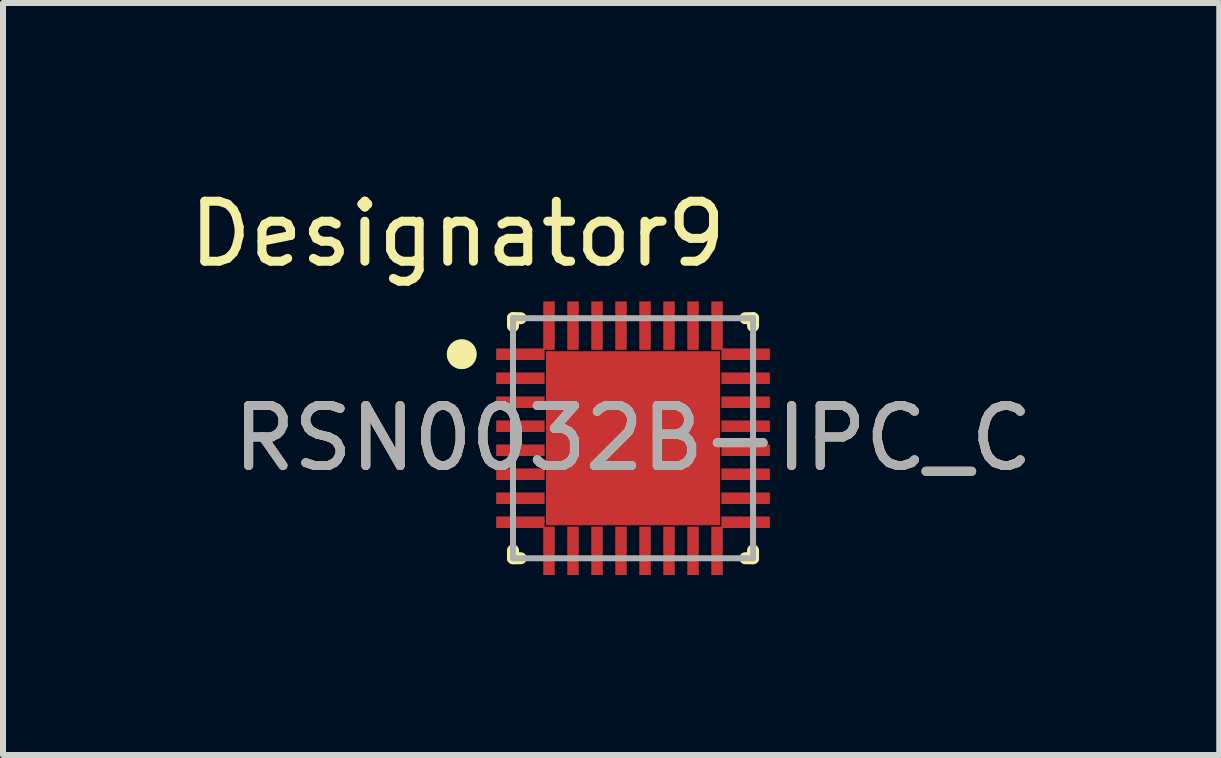
<source format=kicad_pcb>
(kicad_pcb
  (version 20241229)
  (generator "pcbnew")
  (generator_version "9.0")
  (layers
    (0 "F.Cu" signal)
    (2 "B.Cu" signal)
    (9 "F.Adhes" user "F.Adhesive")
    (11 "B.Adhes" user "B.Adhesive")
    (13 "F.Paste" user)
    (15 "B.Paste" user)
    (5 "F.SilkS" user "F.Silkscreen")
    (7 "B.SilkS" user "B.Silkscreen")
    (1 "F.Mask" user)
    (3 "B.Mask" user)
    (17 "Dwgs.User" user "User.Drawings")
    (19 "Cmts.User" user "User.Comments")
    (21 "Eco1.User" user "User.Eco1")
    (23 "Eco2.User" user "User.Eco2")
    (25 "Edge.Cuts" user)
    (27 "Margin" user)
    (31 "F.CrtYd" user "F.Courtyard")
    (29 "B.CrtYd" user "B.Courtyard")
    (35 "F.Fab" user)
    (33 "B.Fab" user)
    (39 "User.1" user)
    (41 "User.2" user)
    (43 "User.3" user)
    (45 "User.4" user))
  (footprint "RSN0032B-IPC_C"
    (layer "F.Cu")
    (at 7.498 4.252)
    (property "Reference" "RSN0032B-IPC_C" (at 0 0 0) (unlocked yes) (layer "F.SilkS") (effects (font (size 1 1) (thickness 0.15))))
    (attr smd)
    (fp_line (start -2 -2) (end -1.871 -2) (stroke (width 0.2) (type solid)) (layer "F.SilkS"))
    (fp_line (start -2 -1.871) (end -2 -2) (stroke (width 0.2) (type solid)) (layer "F.SilkS"))
    (fp_line (start -2 2) (end -2 1.871) (stroke (width 0.2) (type solid)) (layer "F.SilkS"))
    (fp_line (start -2 2) (end -1.871 2) (stroke (width 0.2) (type solid)) (layer "F.SilkS"))
    (fp_line (start 1.871 -2) (end 2 -2) (stroke (width 0.2) (type solid)) (layer "F.SilkS"))
    (fp_line (start 1.871 2) (end 2 2) (stroke (width 0.2) (type solid)) (layer "F.SilkS"))
    (fp_line (start 2 -1.871) (end 2 -2) (stroke (width 0.2) (type solid)) (layer "F.SilkS"))
    (fp_line (start 2 2) (end 2 1.871) (stroke (width 0.2) (type solid)) (layer "F.SilkS"))
    (fp_circle (center -2.854 -1.4) (end -2.729 -1.4) (stroke (width 0.25) (type solid)) (fill no) (layer "F.SilkS"))
    (fp_poly (pts (xy -0.917 0.917) (xy 0.917 0.917) (xy 0.917 -0.917) (xy -0.917 -0.917)) (stroke (width 0) (type solid)) (fill yes) (layer "F.Paste"))
    (fp_line (start -2 -2) (end 2 -2) (stroke (width 0.1) (type solid)) (layer "F.Fab"))
    (fp_line (start -2 2) (end -2 -2) (stroke (width 0.1) (type solid)) (layer "F.Fab"))
    (fp_line (start -2 2) (end 2 2) (stroke (width 0.1) (type solid)) (layer "F.Fab"))
    (fp_line (start 2 2) (end 2 -2) (stroke (width 0.1) (type solid)) (layer "F.Fab"))
    (fp_text user "Designator9" (at -2.921 -3.404 0) (unlocked yes) (layer "F.SilkS") (effects (font (size 1 1) (thickness 0.15))))
    (fp_text user "${REFERENCE}" (at 0 0 0) (unlocked yes) (layer "F.Fab") (effects (font (size 1 1) (thickness 0.15))))
    (pad "1" smd rect (at -1.876 -1.4 90) (size 0.192 0.807) (layers "F.Cu" "F.Mask" "F.Paste"))
    (pad "2" smd rect (at -1.876 -1 90) (size 0.192 0.807) (layers "F.Cu" "F.Mask" "F.Paste"))
    (pad "3" smd rect (at -1.876 -0.6 90) (size 0.192 0.807) (layers "F.Cu" "F.Mask" "F.Paste"))
    (pad "4" smd rect (at -1.876 -0.2 90) (size 0.192 0.807) (layers "F.Cu" "F.Mask" "F.Paste"))
    (pad "5" smd rect (at -1.876 0.2 90) (size 0.192 0.807) (layers "F.Cu" "F.Mask" "F.Paste"))
    (pad "6" smd rect (at -1.876 0.6 90) (size 0.192 0.807) (layers "F.Cu" "F.Mask" "F.Paste"))
    (pad "7" smd rect (at -1.876 1 90) (size 0.192 0.807) (layers "F.Cu" "F.Mask" "F.Paste"))
    (pad "8" smd rect (at -1.876 1.4 90) (size 0.192 0.807) (layers "F.Cu" "F.Mask" "F.Paste"))
    (pad "9" smd rect (at -1.4 1.876) (size 0.192 0.807) (layers "F.Cu" "F.Mask" "F.Paste"))
    (pad "10" smd rect (at -1 1.876) (size 0.192 0.807) (layers "F.Cu" "F.Mask" "F.Paste"))
    (pad "11" smd rect (at -0.6 1.876) (size 0.192 0.807) (layers "F.Cu" "F.Mask" "F.Paste"))
    (pad "12" smd rect (at -0.2 1.876) (size 0.192 0.807) (layers "F.Cu" "F.Mask" "F.Paste"))
    (pad "13" smd rect (at 0.2 1.876) (size 0.192 0.807) (layers "F.Cu" "F.Mask" "F.Paste"))
    (pad "14" smd rect (at 0.6 1.876) (size 0.192 0.807) (layers "F.Cu" "F.Mask" "F.Paste"))
    (pad "15" smd rect (at 1 1.876) (size 0.192 0.807) (layers "F.Cu" "F.Mask" "F.Paste"))
    (pad "16" smd rect (at 1.4 1.876) (size 0.192 0.807) (layers "F.Cu" "F.Mask" "F.Paste"))
    (pad "17" smd rect (at 1.876 1.4 90) (size 0.192 0.807) (layers "F.Cu" "F.Mask" "F.Paste"))
    (pad "18" smd rect (at 1.876 1 90) (size 0.192 0.807) (layers "F.Cu" "F.Mask" "F.Paste"))
    (pad "19" smd rect (at 1.876 0.6 90) (size 0.192 0.807) (layers "F.Cu" "F.Mask" "F.Paste"))
    (pad "20" smd rect (at 1.876 0.2 90) (size 0.192 0.807) (layers "F.Cu" "F.Mask" "F.Paste"))
    (pad "21" smd rect (at 1.876 -0.2 90) (size 0.192 0.807) (layers "F.Cu" "F.Mask" "F.Paste"))
    (pad "22" smd rect (at 1.876 -0.6 90) (size 0.192 0.807) (layers "F.Cu" "F.Mask" "F.Paste"))
    (pad "23" smd rect (at 1.876 -1 90) (size 0.192 0.807) (layers "F.Cu" "F.Mask" "F.Paste"))
    (pad "24" smd rect (at 1.876 -1.4 90) (size 0.192 0.807) (layers "F.Cu" "F.Mask" "F.Paste"))
    (pad "25" smd rect (at 1.4 -1.876) (size 0.192 0.807) (layers "F.Cu" "F.Mask" "F.Paste"))
    (pad "26" smd rect (at 1 -1.876) (size 0.192 0.807) (layers "F.Cu" "F.Mask" "F.Paste"))
    (pad "27" smd rect (at 0.6 -1.876) (size 0.192 0.807) (layers "F.Cu" "F.Mask" "F.Paste"))
    (pad "28" smd rect (at 0.2 -1.876) (size 0.192 0.807) (layers "F.Cu" "F.Mask" "F.Paste"))
    (pad "29" smd rect (at -0.2 -1.876) (size 0.192 0.807) (layers "F.Cu" "F.Mask" "F.Paste"))
    (pad "30" smd rect (at -0.6 -1.876) (size 0.192 0.807) (layers "F.Cu" "F.Mask" "F.Paste"))
    (pad "31" smd rect (at -1 -1.876) (size 0.192 0.807) (layers "F.Cu" "F.Mask" "F.Paste"))
    (pad "32" smd rect (at -1.4 -1.876) (size 0.192 0.807) (layers "F.Cu" "F.Mask" "F.Paste"))
    (pad "33" smd rect (at 0 0) (size 2.9 2.9) (layers "F.Cu" "F.Mask")))
  (gr_rect
    (start -3 -3)
    (end 17.266 9.531)
    (stroke (width 0.1) (type default))
    (fill no)
    (layer "Edge.Cuts")))
</source>
